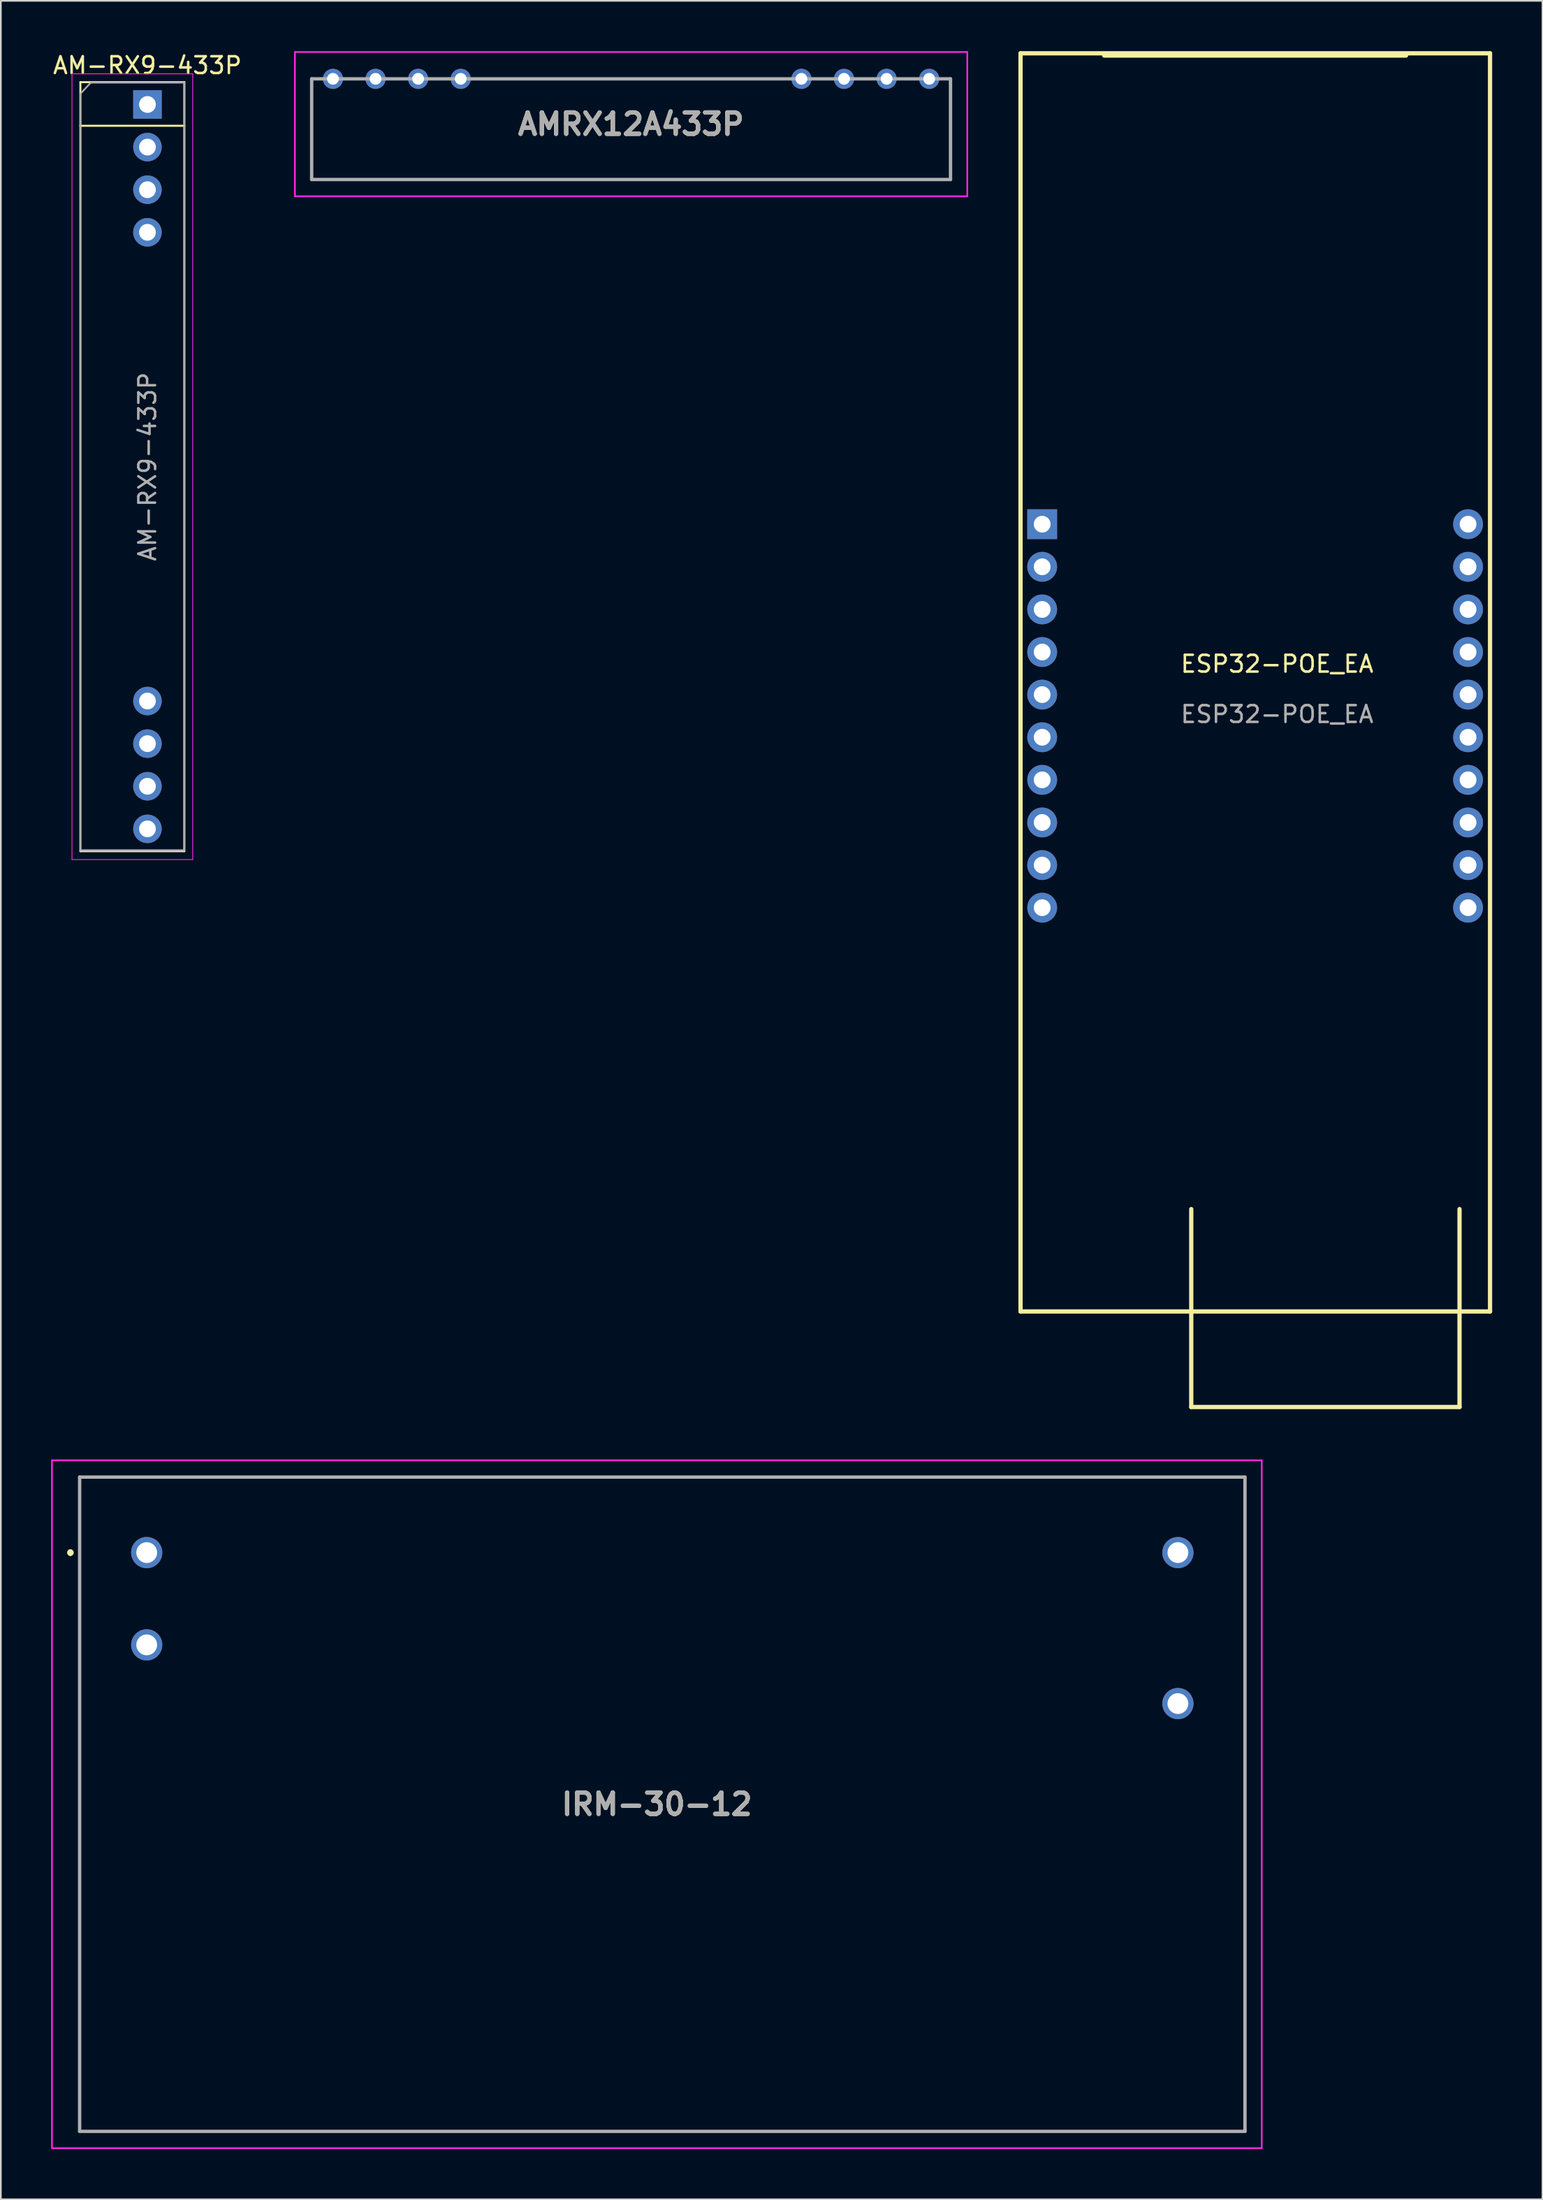
<source format=kicad_pcb>
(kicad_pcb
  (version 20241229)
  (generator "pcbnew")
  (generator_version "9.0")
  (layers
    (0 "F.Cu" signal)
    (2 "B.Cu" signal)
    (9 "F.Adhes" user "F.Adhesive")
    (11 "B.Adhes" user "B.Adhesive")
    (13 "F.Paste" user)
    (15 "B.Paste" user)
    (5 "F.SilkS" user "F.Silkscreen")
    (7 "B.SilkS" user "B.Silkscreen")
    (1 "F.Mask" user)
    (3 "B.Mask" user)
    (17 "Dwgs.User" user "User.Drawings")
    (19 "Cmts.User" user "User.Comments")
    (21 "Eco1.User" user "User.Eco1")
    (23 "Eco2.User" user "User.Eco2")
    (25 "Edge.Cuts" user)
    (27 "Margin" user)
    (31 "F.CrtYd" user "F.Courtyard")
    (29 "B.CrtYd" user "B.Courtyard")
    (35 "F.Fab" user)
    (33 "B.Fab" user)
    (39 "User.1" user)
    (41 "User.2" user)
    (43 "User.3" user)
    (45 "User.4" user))
  (footprint "AM-RX9-433P"
    (layer "F.Cu")
    (at 5.744 3.178)
    (property "Reference" "AM-RX9-433P" (at 0 -2.33 0) (layer "F.SilkS") (effects (font (size 1 1) (thickness 0.15))))
    (attr through_hole)
    (fp_line (start -4 -1.33) (end 2.2 -1.33) (stroke (width 0.12) (type solid)) (layer "F.SilkS"))
    (fp_line (start -4 1.27) (end -4 -1.33) (stroke (width 0.12) (type solid)) (layer "F.SilkS"))
    (fp_line (start -4 1.27) (end -4 44.51) (stroke (width 0.12) (type solid)) (layer "F.SilkS"))
    (fp_line (start -4 1.27) (end 2.2 1.27) (stroke (width 0.12) (type solid)) (layer "F.SilkS"))
    (fp_line (start -4 44.51) (end 2.2 44.51) (stroke (width 0.12) (type solid)) (layer "F.SilkS"))
    (fp_line (start 2.2 1.27) (end 2.2 -1.33) (stroke (width 0.12) (type solid)) (layer "F.SilkS"))
    (fp_line (start 2.2 1.27) (end 2.2 44.51) (stroke (width 0.12) (type solid)) (layer "F.SilkS"))
    (fp_line (start -4.5 -1.83) (end -4.5 45.01) (stroke (width 0.05) (type solid)) (layer "F.CrtYd"))
    (fp_line (start -4.5 45.01) (end 2.7 45.01) (stroke (width 0.05) (type solid)) (layer "F.CrtYd"))
    (fp_line (start 2.7 -1.83) (end -4.5 -1.83) (stroke (width 0.05) (type solid)) (layer "F.CrtYd"))
    (fp_line (start 2.7 45.01) (end 2.7 -1.83) (stroke (width 0.05) (type solid)) (layer "F.CrtYd"))
    (fp_line (start -4 -0.635) (end -3.382 -1.3) (stroke (width 0.1) (type solid)) (layer "F.Fab"))
    (fp_line (start -4 44.45) (end -4 -0.635) (stroke (width 0.1) (type solid)) (layer "F.Fab"))
    (fp_line (start -3.382 -1.3) (end 2.2 -1.3) (stroke (width 0.1) (type solid)) (layer "F.Fab"))
    (fp_line (start 2.2 -1.3) (end 2.2 44.45) (stroke (width 0.1) (type solid)) (layer "F.Fab"))
    (fp_line (start 2.2 44.45) (end -4 44.45) (stroke (width 0.1) (type solid)) (layer "F.Fab"))
    (fp_text user "${REFERENCE}" (at 0 21.59 90) (layer "F.Fab") (effects (font (size 1 1) (thickness 0.15))))
    (pad "1" thru_hole rect (at 0 0) (size 1.7 1.7) (drill 1) (layers "*.Cu" "*.Mask"))
    (pad "2" thru_hole oval (at 0 2.54) (size 1.7 1.7) (drill 1) (layers "*.Cu" "*.Mask"))
    (pad "3" thru_hole oval (at 0 5.08) (size 1.7 1.7) (drill 1) (layers "*.Cu" "*.Mask"))
    (pad "4" thru_hole oval (at 0 7.62) (size 1.7 1.7) (drill 1) (layers "*.Cu" "*.Mask"))
    (pad "5" thru_hole oval (at 0 35.56) (size 1.7 1.7) (drill 1) (layers "*.Cu" "*.Mask"))
    (pad "6" thru_hole oval (at 0 38.1) (size 1.7 1.7) (drill 1) (layers "*.Cu" "*.Mask"))
    (pad "7" thru_hole oval (at 0 40.64) (size 1.7 1.7) (drill 1) (layers "*.Cu" "*.Mask"))
    (pad "8" thru_hole oval (at 0 43.18) (size 1.7 1.7) (drill 1) (layers "*.Cu" "*.Mask")))
  (footprint "AMRX12A433P"
    (layer "F.Cu")
    (at 34.588 4.35)
    (property "Reference" "AMRX12A433P" (at 0 0 0) (layer "F.SilkS") (effects (font (size 1.27 1.27) (thickness 0.254))))
    (attr through_hole)
    (fp_line (start -19.05 -2.7) (end -19.05 3.3) (stroke (width 0.1) (type solid)) (layer "F.SilkS"))
    (fp_line (start -19.05 3.3) (end 19.05 3.3) (stroke (width 0.1) (type solid)) (layer "F.SilkS"))
    (fp_line (start -18.6 -2.7) (end -19.05 -2.7) (stroke (width 0.1) (type solid)) (layer "F.SilkS"))
    (fp_line (start -7.62 -2.7) (end 7.62 -2.7) (stroke (width 0.1) (type solid)) (layer "F.SilkS"))
    (fp_line (start 19.05 -2.7) (end 18.6 -2.7) (stroke (width 0.1) (type solid)) (layer "F.SilkS"))
    (fp_line (start 19.05 3.3) (end 19.05 -2.7) (stroke (width 0.1) (type solid)) (layer "F.SilkS"))
    (fp_line (start -20.05 -4.3) (end 20.05 -4.3) (stroke (width 0.1) (type solid)) (layer "F.CrtYd"))
    (fp_line (start -20.05 4.3) (end -20.05 -4.3) (stroke (width 0.1) (type solid)) (layer "F.CrtYd"))
    (fp_line (start 20.05 -4.3) (end 20.05 4.3) (stroke (width 0.1) (type solid)) (layer "F.CrtYd"))
    (fp_line (start 20.05 4.3) (end -20.05 4.3) (stroke (width 0.1) (type solid)) (layer "F.CrtYd"))
    (fp_line (start -19.05 -2.7) (end 19.05 -2.7) (stroke (width 0.2) (type solid)) (layer "F.Fab"))
    (fp_line (start -19.05 3.3) (end -19.05 -2.7) (stroke (width 0.2) (type solid)) (layer "F.Fab"))
    (fp_line (start 19.05 -2.7) (end 19.05 3.3) (stroke (width 0.2) (type solid)) (layer "F.Fab"))
    (fp_line (start 19.05 3.3) (end -19.05 3.3) (stroke (width 0.2) (type solid)) (layer "F.Fab"))
    (fp_text user "${REFERENCE}" (at 0 0 0) (layer "F.Fab") (effects (font (size 1.27 1.27) (thickness 0.254))))
    (pad "1" thru_hole circle (at -17.78 -2.7) (size 1.2 1.2) (drill 0.7) (layers "*.Cu" "*.Mask"))
    (pad "2" thru_hole circle (at -15.24 -2.7) (size 1.2 1.2) (drill 0.7) (layers "*.Cu" "*.Mask"))
    (pad "3" thru_hole circle (at -12.7 -2.7) (size 1.2 1.2) (drill 0.7) (layers "*.Cu" "*.Mask"))
    (pad "4" thru_hole circle (at -10.16 -2.7) (size 1.2 1.2) (drill 0.7) (layers "*.Cu" "*.Mask"))
    (pad "5" thru_hole circle (at 10.16 -2.7) (size 1.2 1.2) (drill 0.7) (layers "*.Cu" "*.Mask"))
    (pad "6" thru_hole circle (at 12.7 -2.7) (size 1.2 1.2) (drill 0.7) (layers "*.Cu" "*.Mask"))
    (pad "7" thru_hole circle (at 15.24 -2.7) (size 1.2 1.2) (drill 0.7) (layers "*.Cu" "*.Mask"))
    (pad "8" thru_hole circle (at 17.78 -2.7) (size 1.2 1.2) (drill 0.7) (layers "*.Cu" "*.Mask")))
  (footprint "IRM-30-12"
    (layer "F.Cu")
    (at 36.125 104.5)
    (property "Reference" "IRM-30-12" (at 0 0 0) (layer "F.SilkS") (effects (font (size 1.27 1.27) (thickness 0.254))))
    (attr through_hole)
    (fp_line (start -34.975 -15.1) (end -34.975 -15.1) (stroke (width 0.2) (type solid)) (layer "F.SilkS"))
    (fp_line (start -34.975 -14.9) (end -34.975 -14.9) (stroke (width 0.2) (type solid)) (layer "F.SilkS"))
    (fp_line (start -34.425 -19.5) (end 35.075 -19.5) (stroke (width 0.1) (type solid)) (layer "F.SilkS"))
    (fp_line (start -34.425 19.5) (end -34.425 -19.5) (stroke (width 0.1) (type solid)) (layer "F.SilkS"))
    (fp_line (start 35.075 -19.5) (end 35.075 19.5) (stroke (width 0.1) (type solid)) (layer "F.SilkS"))
    (fp_line (start 35.075 19.5) (end -34.425 19.5) (stroke (width 0.1) (type solid)) (layer "F.SilkS"))
    (fp_arc (start -34.975 -15.1) (mid -34.875 -15) (end -34.975 -14.9) (stroke (width 0.2) (type solid)) (layer "F.SilkS"))
    (fp_arc (start -34.975 -14.9) (mid -35.075 -15) (end -34.975 -15.1) (stroke (width 0.2) (type solid)) (layer "F.SilkS"))
    (fp_line (start -36.075 -20.5) (end 36.075 -20.5) (stroke (width 0.1) (type solid)) (layer "F.CrtYd"))
    (fp_line (start -36.075 20.5) (end -36.075 -20.5) (stroke (width 0.1) (type solid)) (layer "F.CrtYd"))
    (fp_line (start 36.075 -20.5) (end 36.075 20.5) (stroke (width 0.1) (type solid)) (layer "F.CrtYd"))
    (fp_line (start 36.075 20.5) (end -36.075 20.5) (stroke (width 0.1) (type solid)) (layer "F.CrtYd"))
    (fp_line (start -34.425 -19.5) (end 35.075 -19.5) (stroke (width 0.2) (type solid)) (layer "F.Fab"))
    (fp_line (start -34.425 19.5) (end -34.425 -19.5) (stroke (width 0.2) (type solid)) (layer "F.Fab"))
    (fp_line (start 35.075 -19.5) (end 35.075 19.5) (stroke (width 0.2) (type solid)) (layer "F.Fab"))
    (fp_line (start 35.075 19.5) (end -34.425 19.5) (stroke (width 0.2) (type solid)) (layer "F.Fab"))
    (fp_text user "${REFERENCE}" (at 0 0 0) (layer "F.Fab") (effects (font (size 1.27 1.27) (thickness 0.254))))
    (pad "1" thru_hole circle (at -30.425 -15) (size 1.86 1.86) (drill 1.24) (layers "*.Cu" "*.Mask"))
    (pad "2" thru_hole circle (at -30.425 -9.5) (size 1.86 1.86) (drill 1.24) (layers "*.Cu" "*.Mask"))
    (pad "3" thru_hole circle (at 31.075 -6) (size 1.86 1.86) (drill 1.24) (layers "*.Cu" "*.Mask"))
    (pad "4" thru_hole circle (at 31.075 -15) (size 1.86 1.86) (drill 1.24) (layers "*.Cu" "*.Mask")))
  (footprint "ESP32-POE_EA"
    (layer "F.Cu")
    (at 71.845 38.227)
    (property "Reference" "ESP32-POE_EA" (at 1.27 -1.7 0) (unlocked yes) (layer "F.SilkS") (effects (font (size 1 1) (thickness 0.15))))
    (attr through_hole)
    (fp_line (start -14.03 -38.1) (end 13.97 -38.1) (stroke (width 0.254) (type solid)) (layer "F.SilkS"))
    (fp_line (start -14.03 30.58) (end -14.03 -38.1) (stroke (width 0.254) (type solid)) (layer "F.SilkS"))
    (fp_line (start -14.03 30.58) (end -14.03 36.9) (stroke (width 0.254) (type solid)) (layer "F.SilkS"))
    (fp_line (start -14.03 36.9) (end 13.97 36.9) (stroke (width 0.254) (type solid)) (layer "F.SilkS"))
    (fp_line (start -9.04 -37.965) (end 8.96 -37.965) (stroke (width 0.254) (type solid)) (layer "F.SilkS"))
    (fp_line (start -3.849 42.596) (end -3.849 30.796) (stroke (width 0.254) (type solid)) (layer "F.SilkS"))
    (fp_line (start 12.151 30.796) (end 12.151 42.596) (stroke (width 0.254) (type solid)) (layer "F.SilkS"))
    (fp_line (start 12.151 42.596) (end -3.849 42.596) (stroke (width 0.254) (type solid)) (layer "F.SilkS"))
    (fp_line (start 13.97 36.9) (end 13.97 -38.1) (stroke (width 0.254) (type solid)) (layer "F.SilkS"))
    (fp_text user "${REFERENCE}" (at 1.27 1.3 0) (unlocked yes) (layer "F.Fab") (effects (font (size 1 1) (thickness 0.15))))
    (pad "1" thru_hole rect (at -12.74 -10.03 270) (size 1.778 1.778) (drill 1) (layers "*.Cu" "*.Mask"))
    (pad "2" thru_hole circle (at -12.74 -7.49 270) (size 1.778 1.778) (drill 1) (layers "*.Cu" "*.Mask"))
    (pad "3" thru_hole circle (at -12.74 -4.95 270) (size 1.778 1.778) (drill 1) (layers "*.Cu" "*.Mask"))
    (pad "4" thru_hole circle (at -12.74 -2.41 270) (size 1.778 1.778) (drill 1) (layers "*.Cu" "*.Mask"))
    (pad "5" thru_hole circle (at -12.74 0.13 270) (size 1.778 1.778) (drill 1) (layers "*.Cu" "*.Mask"))
    (pad "6" thru_hole circle (at -12.74 2.67 270) (size 1.778 1.778) (drill 1) (layers "*.Cu" "*.Mask"))
    (pad "7" thru_hole circle (at -12.74 5.21 270) (size 1.778 1.778) (drill 1) (layers "*.Cu" "*.Mask"))
    (pad "8" thru_hole circle (at -12.74 7.75 270) (size 1.778 1.778) (drill 1) (layers "*.Cu" "*.Mask"))
    (pad "9" thru_hole circle (at -12.74 10.29 270) (size 1.778 1.778) (drill 1) (layers "*.Cu" "*.Mask"))
    (pad "10" thru_hole circle (at -12.74 12.83 270) (size 1.778 1.778) (drill 1) (layers "*.Cu" "*.Mask"))
    (pad "11" thru_hole circle (at 12.66 12.83 270) (size 1.778 1.778) (drill 1) (layers "*.Cu" "*.Mask"))
    (pad "12" thru_hole circle (at 12.66 10.29 270) (size 1.778 1.778) (drill 1) (layers "*.Cu" "*.Mask"))
    (pad "13" thru_hole circle (at 12.66 7.75 270) (size 1.778 1.778) (drill 1) (layers "*.Cu" "*.Mask"))
    (pad "14" thru_hole circle (at 12.66 5.21 270) (size 1.778 1.778) (drill 1) (layers "*.Cu" "*.Mask"))
    (pad "15" thru_hole circle (at 12.66 2.67 270) (size 1.778 1.778) (drill 1) (layers "*.Cu" "*.Mask"))
    (pad "16" thru_hole circle (at 12.66 0.13 270) (size 1.778 1.778) (drill 1) (layers "*.Cu" "*.Mask"))
    (pad "17" thru_hole circle (at 12.66 -2.41 270) (size 1.778 1.778) (drill 1) (layers "*.Cu" "*.Mask"))
    (pad "18" thru_hole circle (at 12.66 -4.95 270) (size 1.778 1.778) (drill 1) (layers "*.Cu" "*.Mask"))
    (pad "19" thru_hole circle (at 12.66 -7.49 270) (size 1.778 1.778) (drill 1) (layers "*.Cu" "*.Mask"))
    (pad "20" thru_hole circle (at 12.66 -10.03 270) (size 1.778 1.778) (drill 1) (layers "*.Cu" "*.Mask")))
  (gr_rect
    (start -3 -3)
    (end 88.942 128.05)
    (stroke (width 0.1) (type default))
    (fill no)
    (layer "Edge.Cuts")))
</source>
